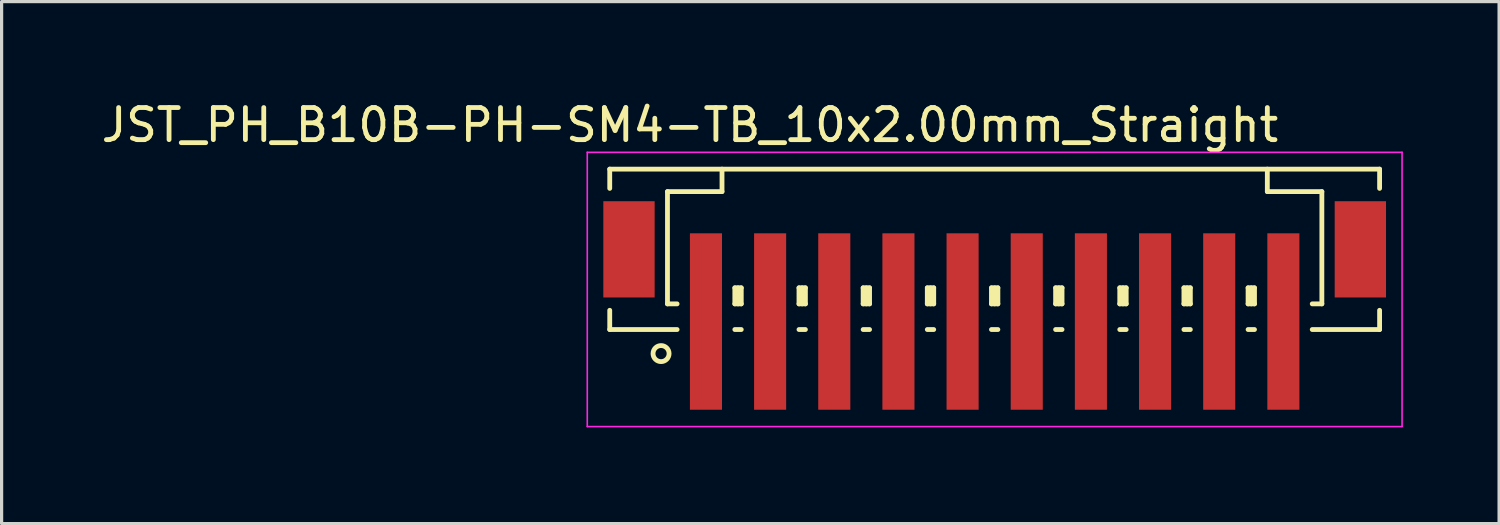
<source format=kicad_pcb>
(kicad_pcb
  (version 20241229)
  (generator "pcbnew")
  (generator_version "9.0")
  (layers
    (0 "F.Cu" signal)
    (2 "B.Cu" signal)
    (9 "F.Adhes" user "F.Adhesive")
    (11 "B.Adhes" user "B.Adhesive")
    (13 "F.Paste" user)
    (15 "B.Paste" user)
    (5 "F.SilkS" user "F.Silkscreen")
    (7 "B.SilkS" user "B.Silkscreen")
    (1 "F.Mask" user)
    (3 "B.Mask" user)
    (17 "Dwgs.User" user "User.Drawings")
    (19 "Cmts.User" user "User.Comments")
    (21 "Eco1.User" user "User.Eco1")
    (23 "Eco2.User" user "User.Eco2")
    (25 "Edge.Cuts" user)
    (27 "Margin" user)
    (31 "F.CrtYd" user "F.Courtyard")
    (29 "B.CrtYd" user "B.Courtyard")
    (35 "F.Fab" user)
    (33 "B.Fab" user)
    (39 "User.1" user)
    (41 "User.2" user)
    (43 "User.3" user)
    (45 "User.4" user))
  (footprint "JST_PH_B10B-PH-SM4-TB_10x2.00mm_Straight"
    (layer "F.Cu")
    (at 27.958 5.848)
    (property "Reference" "JST_PH_B10B-PH-SM4-TB_10x2.00mm_Straight" (at -9.5 -5 0) (layer "F.SilkS") (effects (font (size 1 1) (thickness 0.15))))
    (attr smd)
    (fp_line (start -12 -3.625) (end 12 -3.625) (stroke (width 0.15) (type solid)) (layer "F.SilkS"))
    (fp_line (start -12 -3.025) (end -12 -3.625) (stroke (width 0.15) (type solid)) (layer "F.SilkS"))
    (fp_line (start -12 0.775) (end -12 1.375) (stroke (width 0.15) (type solid)) (layer "F.SilkS"))
    (fp_line (start -12 1.375) (end -9.9 1.375) (stroke (width 0.15) (type solid)) (layer "F.SilkS"))
    (fp_line (start -10.2 -2.925) (end -10.2 0.575) (stroke (width 0.15) (type solid)) (layer "F.SilkS"))
    (fp_line (start -10.2 0.575) (end -9.9 0.575) (stroke (width 0.15) (type solid)) (layer "F.SilkS"))
    (fp_line (start -8.5 -3.625) (end -8.5 -2.925) (stroke (width 0.15) (type solid)) (layer "F.SilkS"))
    (fp_line (start -8.5 -2.925) (end -10.2 -2.925) (stroke (width 0.15) (type solid)) (layer "F.SilkS"))
    (fp_line (start -8.1 0.075) (end -7.9 0.075) (stroke (width 0.15) (type solid)) (layer "F.SilkS"))
    (fp_line (start -8.1 0.575) (end -8.1 0.075) (stroke (width 0.15) (type solid)) (layer "F.SilkS"))
    (fp_line (start -8.1 0.575) (end -7.9 0.575) (stroke (width 0.15) (type solid)) (layer "F.SilkS"))
    (fp_line (start -8.1 1.375) (end -7.9 1.375) (stroke (width 0.15) (type solid)) (layer "F.SilkS"))
    (fp_line (start -8 0.575) (end -8 0.075) (stroke (width 0.15) (type solid)) (layer "F.SilkS"))
    (fp_line (start -7.9 0.075) (end -7.9 0.575) (stroke (width 0.15) (type solid)) (layer "F.SilkS"))
    (fp_line (start -6.1 0.075) (end -5.9 0.075) (stroke (width 0.15) (type solid)) (layer "F.SilkS"))
    (fp_line (start -6.1 0.575) (end -6.1 0.075) (stroke (width 0.15) (type solid)) (layer "F.SilkS"))
    (fp_line (start -6.1 0.575) (end -5.9 0.575) (stroke (width 0.15) (type solid)) (layer "F.SilkS"))
    (fp_line (start -6.1 1.375) (end -5.9 1.375) (stroke (width 0.15) (type solid)) (layer "F.SilkS"))
    (fp_line (start -6 0.575) (end -6 0.075) (stroke (width 0.15) (type solid)) (layer "F.SilkS"))
    (fp_line (start -5.9 0.075) (end -5.9 0.575) (stroke (width 0.15) (type solid)) (layer "F.SilkS"))
    (fp_line (start -4.1 0.075) (end -3.9 0.075) (stroke (width 0.15) (type solid)) (layer "F.SilkS"))
    (fp_line (start -4.1 0.575) (end -4.1 0.075) (stroke (width 0.15) (type solid)) (layer "F.SilkS"))
    (fp_line (start -4.1 0.575) (end -3.9 0.575) (stroke (width 0.15) (type solid)) (layer "F.SilkS"))
    (fp_line (start -4.1 1.375) (end -3.9 1.375) (stroke (width 0.15) (type solid)) (layer "F.SilkS"))
    (fp_line (start -4 0.575) (end -4 0.075) (stroke (width 0.15) (type solid)) (layer "F.SilkS"))
    (fp_line (start -3.9 0.075) (end -3.9 0.575) (stroke (width 0.15) (type solid)) (layer "F.SilkS"))
    (fp_line (start -2.1 0.075) (end -1.9 0.075) (stroke (width 0.15) (type solid)) (layer "F.SilkS"))
    (fp_line (start -2.1 0.575) (end -2.1 0.075) (stroke (width 0.15) (type solid)) (layer "F.SilkS"))
    (fp_line (start -2.1 0.575) (end -1.9 0.575) (stroke (width 0.15) (type solid)) (layer "F.SilkS"))
    (fp_line (start -2.1 1.375) (end -1.9 1.375) (stroke (width 0.15) (type solid)) (layer "F.SilkS"))
    (fp_line (start -2 0.575) (end -2 0.075) (stroke (width 0.15) (type solid)) (layer "F.SilkS"))
    (fp_line (start -1.9 0.075) (end -1.9 0.575) (stroke (width 0.15) (type solid)) (layer "F.SilkS"))
    (fp_line (start -0.1 0.075) (end 0.1 0.075) (stroke (width 0.15) (type solid)) (layer "F.SilkS"))
    (fp_line (start -0.1 0.575) (end -0.1 0.075) (stroke (width 0.15) (type solid)) (layer "F.SilkS"))
    (fp_line (start -0.1 0.575) (end 0.1 0.575) (stroke (width 0.15) (type solid)) (layer "F.SilkS"))
    (fp_line (start -0.1 1.375) (end 0.1 1.375) (stroke (width 0.15) (type solid)) (layer "F.SilkS"))
    (fp_line (start 0 0.575) (end 0 0.075) (stroke (width 0.15) (type solid)) (layer "F.SilkS"))
    (fp_line (start 0.1 0.075) (end 0.1 0.575) (stroke (width 0.15) (type solid)) (layer "F.SilkS"))
    (fp_line (start 1.9 0.075) (end 2.1 0.075) (stroke (width 0.15) (type solid)) (layer "F.SilkS"))
    (fp_line (start 1.9 0.575) (end 1.9 0.075) (stroke (width 0.15) (type solid)) (layer "F.SilkS"))
    (fp_line (start 1.9 0.575) (end 2.1 0.575) (stroke (width 0.15) (type solid)) (layer "F.SilkS"))
    (fp_line (start 1.9 1.375) (end 2.1 1.375) (stroke (width 0.15) (type solid)) (layer "F.SilkS"))
    (fp_line (start 2 0.575) (end 2 0.075) (stroke (width 0.15) (type solid)) (layer "F.SilkS"))
    (fp_line (start 2.1 0.075) (end 2.1 0.575) (stroke (width 0.15) (type solid)) (layer "F.SilkS"))
    (fp_line (start 3.9 0.075) (end 4.1 0.075) (stroke (width 0.15) (type solid)) (layer "F.SilkS"))
    (fp_line (start 3.9 0.575) (end 3.9 0.075) (stroke (width 0.15) (type solid)) (layer "F.SilkS"))
    (fp_line (start 3.9 0.575) (end 4.1 0.575) (stroke (width 0.15) (type solid)) (layer "F.SilkS"))
    (fp_line (start 3.9 1.375) (end 4.1 1.375) (stroke (width 0.15) (type solid)) (layer "F.SilkS"))
    (fp_line (start 4 0.575) (end 4 0.075) (stroke (width 0.15) (type solid)) (layer "F.SilkS"))
    (fp_line (start 4.1 0.075) (end 4.1 0.575) (stroke (width 0.15) (type solid)) (layer "F.SilkS"))
    (fp_line (start 5.9 0.075) (end 6.1 0.075) (stroke (width 0.15) (type solid)) (layer "F.SilkS"))
    (fp_line (start 5.9 0.575) (end 5.9 0.075) (stroke (width 0.15) (type solid)) (layer "F.SilkS"))
    (fp_line (start 5.9 0.575) (end 6.1 0.575) (stroke (width 0.15) (type solid)) (layer "F.SilkS"))
    (fp_line (start 5.9 1.375) (end 6.1 1.375) (stroke (width 0.15) (type solid)) (layer "F.SilkS"))
    (fp_line (start 6 0.575) (end 6 0.075) (stroke (width 0.15) (type solid)) (layer "F.SilkS"))
    (fp_line (start 6.1 0.075) (end 6.1 0.575) (stroke (width 0.15) (type solid)) (layer "F.SilkS"))
    (fp_line (start 7.9 0.075) (end 8.1 0.075) (stroke (width 0.15) (type solid)) (layer "F.SilkS"))
    (fp_line (start 7.9 0.575) (end 7.9 0.075) (stroke (width 0.15) (type solid)) (layer "F.SilkS"))
    (fp_line (start 7.9 0.575) (end 8.1 0.575) (stroke (width 0.15) (type solid)) (layer "F.SilkS"))
    (fp_line (start 7.9 1.375) (end 8.1 1.375) (stroke (width 0.15) (type solid)) (layer "F.SilkS"))
    (fp_line (start 8 0.575) (end 8 0.075) (stroke (width 0.15) (type solid)) (layer "F.SilkS"))
    (fp_line (start 8.1 0.075) (end 8.1 0.575) (stroke (width 0.15) (type solid)) (layer "F.SilkS"))
    (fp_line (start 8.5 -3.625) (end 8.5 -2.925) (stroke (width 0.15) (type solid)) (layer "F.SilkS"))
    (fp_line (start 8.5 -2.925) (end 10.2 -2.925) (stroke (width 0.15) (type solid)) (layer "F.SilkS"))
    (fp_line (start 10.2 -2.925) (end 10.2 0.575) (stroke (width 0.15) (type solid)) (layer "F.SilkS"))
    (fp_line (start 10.2 0.575) (end 9.9 0.575) (stroke (width 0.15) (type solid)) (layer "F.SilkS"))
    (fp_line (start 12 -3.625) (end 12 -3.025) (stroke (width 0.15) (type solid)) (layer "F.SilkS"))
    (fp_line (start 12 0.775) (end 12 1.375) (stroke (width 0.15) (type solid)) (layer "F.SilkS"))
    (fp_line (start 12 1.375) (end 9.9 1.375) (stroke (width 0.15) (type solid)) (layer "F.SilkS"))
    (fp_circle (center -10.4 2.125) (end -10.15 2.125) (stroke (width 0.15) (type solid)) (fill no) (layer "F.SilkS"))
    (fp_line (start -12.7 -4.15) (end 12.7 -4.15) (stroke (width 0.05) (type solid)) (layer "F.CrtYd"))
    (fp_line (start -12.7 4.4) (end -12.7 -4.15) (stroke (width 0.05) (type solid)) (layer "F.CrtYd"))
    (fp_line (start 12.7 -4.15) (end 12.7 4.4) (stroke (width 0.05) (type solid)) (layer "F.CrtYd"))
    (fp_line (start 12.7 4.4) (end -12.7 4.4) (stroke (width 0.05) (type solid)) (layer "F.CrtYd"))
    (pad "" smd rect (at -11.4 -1.125) (size 1.6 3) (layers "F.Cu" "F.Mask" "F.Paste"))
    (pad "" smd rect (at 11.4 -1.125) (size 1.6 3) (layers "F.Cu" "F.Mask" "F.Paste"))
    (pad "1" smd rect (at -9 1.125) (size 1 5.5) (layers "F.Cu" "F.Mask" "F.Paste"))
    (pad "2" smd rect (at -7 1.125) (size 1 5.5) (layers "F.Cu" "F.Mask" "F.Paste"))
    (pad "3" smd rect (at -5 1.125) (size 1 5.5) (layers "F.Cu" "F.Mask" "F.Paste"))
    (pad "4" smd rect (at -3 1.125) (size 1 5.5) (layers "F.Cu" "F.Mask" "F.Paste"))
    (pad "5" smd rect (at -1 1.125) (size 1 5.5) (layers "F.Cu" "F.Mask" "F.Paste"))
    (pad "6" smd rect (at 1 1.125) (size 1 5.5) (layers "F.Cu" "F.Mask" "F.Paste"))
    (pad "7" smd rect (at 3 1.125) (size 1 5.5) (layers "F.Cu" "F.Mask" "F.Paste"))
    (pad "8" smd rect (at 5 1.125) (size 1 5.5) (layers "F.Cu" "F.Mask" "F.Paste"))
    (pad "9" smd rect (at 7 1.125) (size 1 5.5) (layers "F.Cu" "F.Mask" "F.Paste"))
    (pad "10" smd rect (at 9 1.125) (size 1 5.5) (layers "F.Cu" "F.Mask" "F.Paste")))
  (gr_rect
    (start -3 -3)
    (end 43.683 13.273)
    (stroke (width 0.1) (type default))
    (fill no)
    (layer "Edge.Cuts")))
</source>
